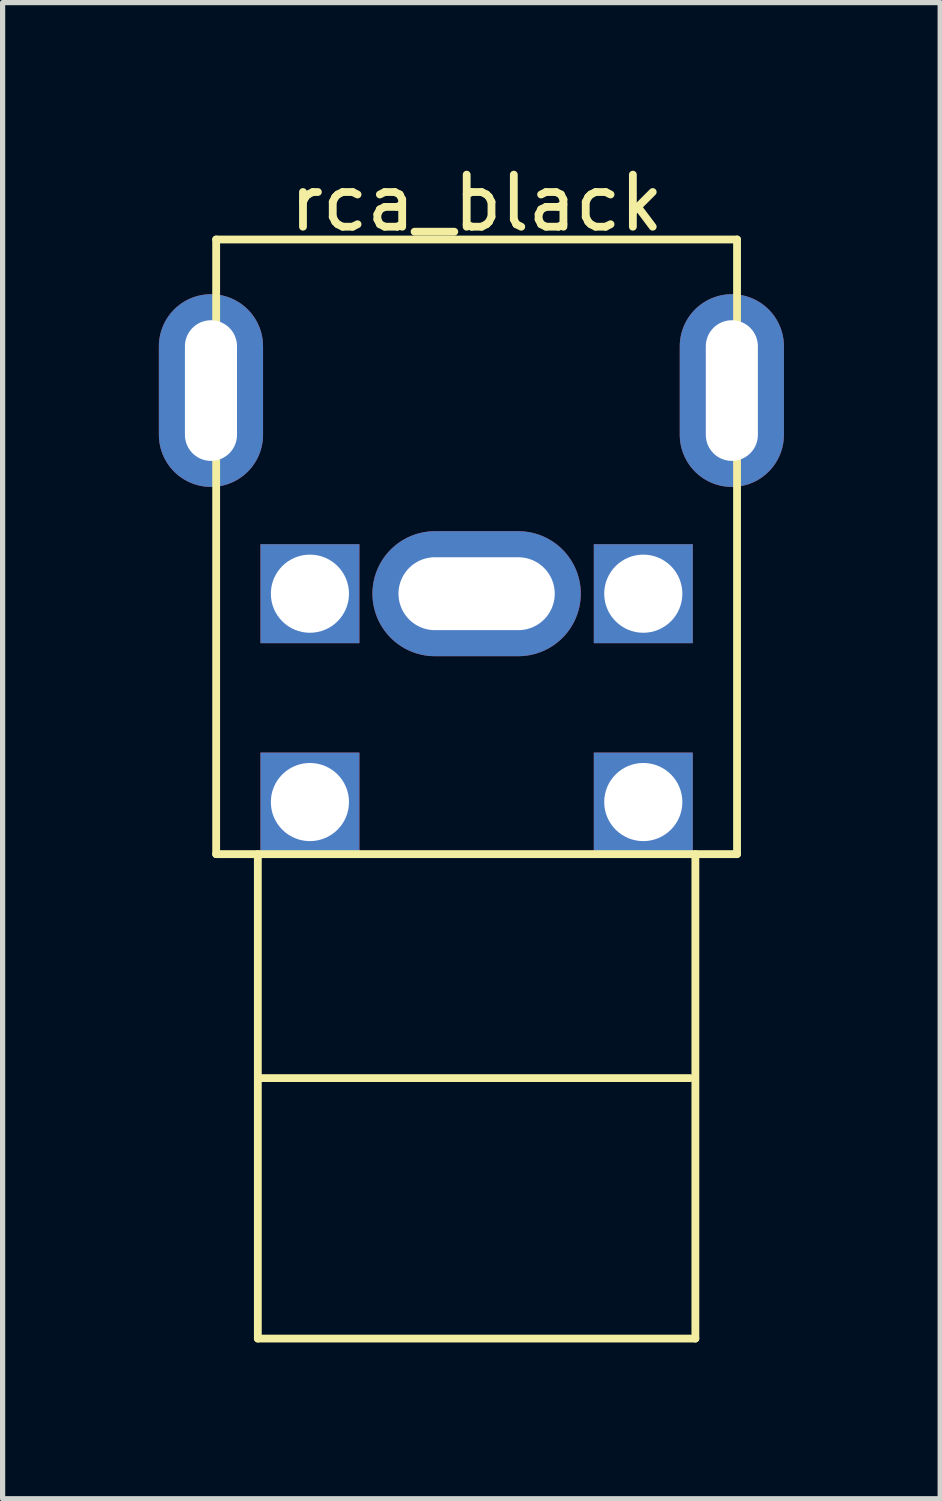
<source format=kicad_pcb>
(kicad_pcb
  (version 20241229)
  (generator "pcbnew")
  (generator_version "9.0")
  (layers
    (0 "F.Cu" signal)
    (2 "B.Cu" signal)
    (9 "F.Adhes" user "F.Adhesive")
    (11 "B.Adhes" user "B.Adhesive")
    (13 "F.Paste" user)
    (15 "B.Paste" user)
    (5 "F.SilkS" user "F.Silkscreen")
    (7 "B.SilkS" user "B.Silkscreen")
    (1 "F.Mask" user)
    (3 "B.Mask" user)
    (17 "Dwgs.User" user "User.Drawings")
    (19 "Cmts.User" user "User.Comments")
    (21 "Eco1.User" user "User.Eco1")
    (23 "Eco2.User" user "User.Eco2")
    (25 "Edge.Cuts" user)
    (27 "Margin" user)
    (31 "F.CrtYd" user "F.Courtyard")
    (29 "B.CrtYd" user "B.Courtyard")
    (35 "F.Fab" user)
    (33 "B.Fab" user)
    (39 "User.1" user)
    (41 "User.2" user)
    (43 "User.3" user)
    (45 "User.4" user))
  (footprint "rca_black"
    (layer "F.Cu")
    (at 6.1 8.348)
    (property "Reference" "rca_black" (at 0 -7.5 0) (layer "F.SilkS") (effects (font (size 1 1) (thickness 0.15))))
    (attr through_hole)
    (fp_line (start -5 -6.8) (end -5 5) (stroke (width 0.15) (type solid)) (layer "F.SilkS"))
    (fp_line (start -5 5) (end 5 5) (stroke (width 0.15) (type solid)) (layer "F.SilkS"))
    (fp_line (start -4.2 5) (end -4.2 14.3) (stroke (width 0.15) (type solid)) (layer "F.SilkS"))
    (fp_line (start -4.2 14.3) (end 4.2 14.3) (stroke (width 0.15) (type solid)) (layer "F.SilkS"))
    (fp_line (start 4.1 9.3) (end -4.2 9.3) (stroke (width 0.15) (type solid)) (layer "F.SilkS"))
    (fp_line (start 4.2 14.3) (end 4.2 5) (stroke (width 0.15) (type solid)) (layer "F.SilkS"))
    (fp_line (start 5 -6.8) (end -5 -6.8) (stroke (width 0.15) (type solid)) (layer "F.SilkS"))
    (fp_line (start 5 5) (end 5 -6.8) (stroke (width 0.15) (type solid)) (layer "F.SilkS"))
    (pad "" np_thru_hole rect (at -3.2 0) (size 1.9 1.9) (drill 1.5) (layers "*.Cu" "*.Mask"))
    (pad "" np_thru_hole rect (at -3.2 4) (size 1.9 1.9) (drill 1.5) (layers "*.Cu" "*.Mask"))
    (pad "" np_thru_hole rect (at 3.2 0) (size 1.9 1.9) (drill 1.5) (layers "*.Cu" "*.Mask"))
    (pad "" np_thru_hole rect (at 3.2 4) (size 1.9 1.9) (drill 1.5) (layers "*.Cu" "*.Mask"))
    (pad "1" thru_hole oval (at -5.1 -3.9 90) (size 3.7 2) (drill oval 2.7 1) (layers "*.Cu" "*.Mask"))
    (pad "1" thru_hole oval (at 4.9 -3.9 90) (size 3.7 2) (drill oval 2.7 1) (layers "*.Cu" "*.Mask"))
    (pad "2" thru_hole oval (at 0 0 90) (size 2.4 4) (drill oval 1.4 3) (layers "*.Cu" "*.Mask")))
  (gr_rect
    (start -3 -3)
    (end 15 25.723)
    (stroke (width 0.1) (type default))
    (fill no)
    (layer "Edge.Cuts")))
</source>
